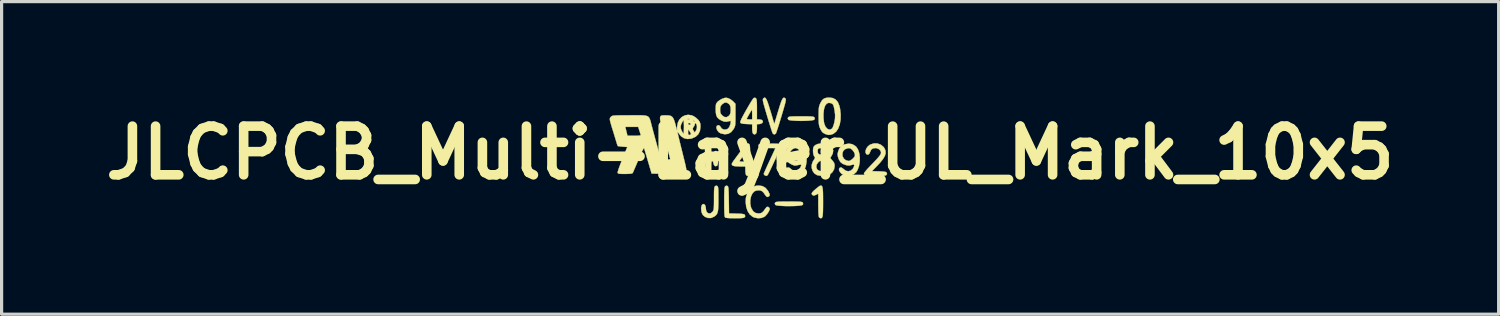
<source format=kicad_pcb>
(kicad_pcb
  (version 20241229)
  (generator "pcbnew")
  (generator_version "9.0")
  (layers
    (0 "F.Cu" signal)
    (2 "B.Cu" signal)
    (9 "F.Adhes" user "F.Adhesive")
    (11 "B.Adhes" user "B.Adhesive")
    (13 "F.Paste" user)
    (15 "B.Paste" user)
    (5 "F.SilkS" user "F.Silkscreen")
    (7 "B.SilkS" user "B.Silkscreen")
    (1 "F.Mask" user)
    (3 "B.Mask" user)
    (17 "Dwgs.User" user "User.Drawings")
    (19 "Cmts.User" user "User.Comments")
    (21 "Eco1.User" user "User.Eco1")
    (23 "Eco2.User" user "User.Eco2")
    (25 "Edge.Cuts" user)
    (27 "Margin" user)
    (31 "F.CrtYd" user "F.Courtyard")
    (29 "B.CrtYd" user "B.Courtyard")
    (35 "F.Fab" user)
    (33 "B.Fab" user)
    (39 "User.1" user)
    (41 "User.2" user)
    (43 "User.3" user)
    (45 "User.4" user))
  (footprint "JLCPCB_Multi-Layer_UL_Mark_10x5"
    (layer "F.Cu")
    (at 20.436 1.734)
    (property "Reference" "JLCPCB_Multi-Layer_UL_Mark_10x5" (at 0 0 0) (layer "F.SilkS") (effects (font (size 1.524 1.524) (thickness 0.3))))
    (attr through_hole)
    (fp_poly (pts (xy 1.741 -1.142) (xy 1.844 -1.14) (xy 1.917 -1.137) (xy 1.965 -1.131) (xy 1.994 -1.123) (xy 2.01 -1.112) (xy 2.013 -1.106) (xy 2.023 -1.064) (xy 2.008 -1.037) (xy 1.975 -1.023) (xy 1.909 -1.013) (xy 1.817 -1.005) (xy 1.708 -1.001) (xy 1.592 -0.999) (xy 1.476 -1.001) (xy 1.37 -1.006) (xy 1.281 -1.014) (xy 1.219 -1.025) (xy 1.194 -1.037) (xy 1.177 -1.078) (xy 1.188 -1.106) (xy 1.201 -1.119) (xy 1.224 -1.128) (xy 1.264 -1.135) (xy 1.327 -1.139) (xy 1.418 -1.141) (xy 1.544 -1.142) (xy 1.601 -1.142) (xy 1.741 -1.142)) (stroke (width 0.01) (type solid)) (fill yes) (layer "F.SilkS"))
    (fp_poly (pts (xy 1.361 1.527) (xy 1.468 1.528) (xy 1.545 1.531) (xy 1.596 1.536) (xy 1.627 1.544) (xy 1.645 1.554) (xy 1.651 1.562) (xy 1.66 1.604) (xy 1.645 1.631) (xy 1.613 1.645) (xy 1.546 1.655) (xy 1.454 1.663) (xy 1.344 1.667) (xy 1.226 1.669) (xy 1.106 1.668) (xy 0.995 1.663) (xy 0.899 1.656) (xy 0.828 1.646) (xy 0.791 1.633) (xy 0.788 1.631) (xy 0.772 1.59) (xy 0.783 1.562) (xy 0.795 1.549) (xy 0.818 1.54) (xy 0.857 1.534) (xy 0.918 1.529) (xy 1.007 1.527) (xy 1.129 1.526) (xy 1.217 1.526) (xy 1.361 1.527)) (stroke (width 0.01) (type solid)) (fill yes) (layer "F.SilkS"))
    (fp_poly (pts (xy 2.241 1.033) (xy 2.261 1.068) (xy 2.274 1.135) (xy 2.281 1.235) (xy 2.283 1.372) (xy 2.284 1.537) (xy 2.283 1.699) (xy 2.281 1.823) (xy 2.277 1.914) (xy 2.27 1.977) (xy 2.259 2.017) (xy 2.243 2.039) (xy 2.223 2.048) (xy 2.209 2.049) (xy 2.175 2.035) (xy 2.16 2.023) (xy 2.149 1.995) (xy 2.142 1.933) (xy 2.137 1.835) (xy 2.135 1.697) (xy 2.134 1.64) (xy 2.134 1.281) (xy 2.061 1.316) (xy 2.007 1.338) (xy 1.973 1.336) (xy 1.954 1.324) (xy 1.93 1.297) (xy 1.927 1.269) (xy 1.949 1.233) (xy 1.999 1.182) (xy 2.051 1.137) (xy 2.119 1.08) (xy 2.172 1.041) (xy 2.212 1.025) (xy 2.241 1.033)) (stroke (width 0.01) (type solid)) (fill yes) (layer "F.SilkS"))
    (fp_poly (pts (xy -0.708 1.039) (xy -0.695 1.051) (xy -0.686 1.075) (xy -0.679 1.115) (xy -0.674 1.178) (xy -0.671 1.269) (xy -0.668 1.394) (xy -0.667 1.48) (xy -0.661 1.898) (xy -0.423 1.904) (xy -0.315 1.908) (xy -0.242 1.914) (xy -0.197 1.923) (xy -0.172 1.936) (xy -0.164 1.946) (xy -0.154 1.988) (xy -0.169 2.015) (xy -0.188 2.03) (xy -0.222 2.039) (xy -0.278 2.045) (xy -0.363 2.048) (xy -0.479 2.049) (xy -0.617 2.047) (xy -0.714 2.041) (xy -0.77 2.031) (xy -0.785 2.023) (xy -0.795 1.999) (xy -0.802 1.945) (xy -0.807 1.858) (xy -0.81 1.736) (xy -0.811 1.574) (xy -0.811 1.535) (xy -0.811 1.38) (xy -0.809 1.262) (xy -0.807 1.176) (xy -0.802 1.116) (xy -0.795 1.078) (xy -0.786 1.055) (xy -0.777 1.044) (xy -0.736 1.028) (xy -0.708 1.039)) (stroke (width 0.01) (type solid)) (fill yes) (layer "F.SilkS"))
    (fp_poly (pts (xy -1.028 1.039) (xy -1.015 1.052) (xy -1.006 1.075) (xy -0.999 1.116) (xy -0.995 1.179) (xy -0.993 1.272) (xy -0.993 1.399) (xy -0.993 1.443) (xy -0.993 1.598) (xy -0.997 1.716) (xy -1.005 1.805) (xy -1.02 1.87) (xy -1.041 1.919) (xy -1.072 1.956) (xy -1.114 1.99) (xy -1.129 2) (xy -1.222 2.041) (xy -1.32 2.04) (xy -1.413 2.005) (xy -1.482 1.946) (xy -1.523 1.857) (xy -1.534 1.743) (xy -1.533 1.714) (xy -1.515 1.643) (xy -1.484 1.608) (xy -1.447 1.605) (xy -1.413 1.634) (xy -1.391 1.693) (xy -1.387 1.741) (xy -1.374 1.823) (xy -1.338 1.877) (xy -1.288 1.901) (xy -1.23 1.891) (xy -1.175 1.843) (xy -1.159 1.82) (xy -1.147 1.791) (xy -1.139 1.752) (xy -1.135 1.694) (xy -1.132 1.611) (xy -1.131 1.495) (xy -1.131 1.43) (xy -1.131 1.295) (xy -1.129 1.196) (xy -1.124 1.127) (xy -1.118 1.083) (xy -1.108 1.057) (xy -1.097 1.044) (xy -1.057 1.028) (xy -1.028 1.039)) (stroke (width 0.01) (type solid)) (fill yes) (layer "F.SilkS"))
    (fp_poly (pts (xy 0.491 -1.704) (xy 0.519 -1.656) (xy 0.55 -1.579) (xy 0.587 -1.467) (xy 0.633 -1.318) (xy 0.64 -1.297) (xy 0.757 -0.901) (xy 0.876 -1.297) (xy 0.923 -1.451) (xy 0.961 -1.567) (xy 0.993 -1.648) (xy 1.021 -1.7) (xy 1.046 -1.724) (xy 1.071 -1.725) (xy 1.098 -1.707) (xy 1.101 -1.704) (xy 1.111 -1.691) (xy 1.116 -1.672) (xy 1.116 -1.642) (xy 1.108 -1.596) (xy 1.092 -1.53) (xy 1.066 -1.438) (xy 1.031 -1.316) (xy 0.984 -1.157) (xy 0.982 -1.149) (xy 0.938 -1.006) (xy 0.898 -0.876) (xy 0.863 -0.765) (xy 0.834 -0.679) (xy 0.814 -0.622) (xy 0.806 -0.603) (xy 0.771 -0.579) (xy 0.758 -0.576) (xy 0.722 -0.591) (xy 0.71 -0.603) (xy 0.698 -0.63) (xy 0.676 -0.692) (xy 0.646 -0.784) (xy 0.61 -0.899) (xy 0.569 -1.032) (xy 0.534 -1.149) (xy 0.487 -1.309) (xy 0.451 -1.433) (xy 0.425 -1.526) (xy 0.408 -1.594) (xy 0.4 -1.64) (xy 0.399 -1.67) (xy 0.404 -1.69) (xy 0.414 -1.703) (xy 0.414 -1.704) (xy 0.441 -1.724) (xy 0.466 -1.726) (xy 0.491 -1.704)) (stroke (width 0.01) (type solid)) (fill yes) (layer "F.SilkS"))
    (fp_poly (pts (xy 0.748 -0.287) (xy 0.841 -0.285) (xy 0.903 -0.28) (xy 0.941 -0.272) (xy 0.961 -0.261) (xy 0.965 -0.256) (xy 0.966 -0.232) (xy 0.953 -0.184) (xy 0.925 -0.108) (xy 0.88 -0.002) (xy 0.818 0.137) (xy 0.778 0.224) (xy 0.718 0.353) (xy 0.663 0.47) (xy 0.616 0.569) (xy 0.579 0.644) (xy 0.556 0.689) (xy 0.55 0.699) (xy 0.508 0.724) (xy 0.462 0.709) (xy 0.453 0.7) (xy 0.43 0.669) (xy 0.427 0.658) (xy 0.436 0.635) (xy 0.46 0.579) (xy 0.496 0.496) (xy 0.543 0.393) (xy 0.597 0.276) (xy 0.608 0.252) (xy 0.663 0.134) (xy 0.712 0.029) (xy 0.751 -0.055) (xy 0.777 -0.114) (xy 0.789 -0.142) (xy 0.79 -0.143) (xy 0.77 -0.146) (xy 0.716 -0.148) (xy 0.636 -0.149) (xy 0.547 -0.149) (xy 0.436 -0.151) (xy 0.36 -0.155) (xy 0.312 -0.162) (xy 0.284 -0.175) (xy 0.276 -0.183) (xy 0.259 -0.224) (xy 0.27 -0.253) (xy 0.284 -0.266) (xy 0.31 -0.276) (xy 0.354 -0.283) (xy 0.423 -0.286) (xy 0.523 -0.288) (xy 0.619 -0.288) (xy 0.748 -0.287)) (stroke (width 0.01) (type solid)) (fill yes) (layer "F.SilkS"))
    (fp_poly (pts (xy 0.384 1.042) (xy 0.479 1.095) (xy 0.556 1.186) (xy 0.575 1.22) (xy 0.605 1.282) (xy 0.614 1.32) (xy 0.605 1.347) (xy 0.599 1.353) (xy 0.557 1.384) (xy 0.514 1.373) (xy 0.477 1.329) (xy 0.422 1.249) (xy 0.373 1.201) (xy 0.32 1.179) (xy 0.268 1.174) (xy 0.198 1.182) (xy 0.139 1.204) (xy 0.131 1.209) (xy 0.07 1.275) (xy 0.028 1.369) (xy 0.005 1.48) (xy 0.004 1.596) (xy 0.027 1.706) (xy 0.041 1.742) (xy 0.096 1.831) (xy 0.166 1.882) (xy 0.258 1.9) (xy 0.268 1.9) (xy 0.331 1.892) (xy 0.382 1.865) (xy 0.432 1.812) (xy 0.477 1.745) (xy 0.52 1.697) (xy 0.562 1.691) (xy 0.599 1.72) (xy 0.613 1.747) (xy 0.609 1.781) (xy 0.585 1.835) (xy 0.575 1.853) (xy 0.529 1.922) (xy 0.474 1.982) (xy 0.45 2.001) (xy 0.356 2.04) (xy 0.246 2.049) (xy 0.134 2.027) (xy 0.075 2.001) (xy -0.012 1.929) (xy -0.079 1.824) (xy -0.122 1.695) (xy -0.139 1.547) (xy -0.139 1.537) (xy -0.136 1.441) (xy -0.123 1.368) (xy -0.098 1.297) (xy -0.075 1.249) (xy -0.004 1.139) (xy 0.081 1.068) (xy 0.187 1.032) (xy 0.269 1.025) (xy 0.384 1.042)) (stroke (width 0.01) (type solid)) (fill yes) (layer "F.SilkS"))
    (fp_poly (pts (xy -0.054 -0.289) (xy -0.032 -0.277) (xy -0.018 -0.256) (xy -0.008 -0.216) (xy -0.003 -0.151) (xy -0.00028 -0.053) (xy 0 0.012) (xy 0 0.275) (xy 0.078 0.282) (xy 0.147 0.3) (xy 0.182 0.334) (xy 0.185 0.374) (xy 0.155 0.408) (xy 0.093 0.426) (xy 0.072 0.427) (xy 0 0.427) (xy 0 0.551) (xy -0.008 0.647) (xy -0.032 0.705) (xy -0.072 0.726) (xy -0.075 0.726) (xy -0.109 0.712) (xy -0.124 0.7) (xy -0.138 0.666) (xy -0.147 0.604) (xy -0.149 0.551) (xy -0.149 0.427) (xy -0.339 0.427) (xy -0.452 0.423) (xy -0.527 0.409) (xy -0.567 0.386) (xy -0.574 0.35) (xy -0.569 0.333) (xy -0.551 0.3) (xy -0.517 0.251) (xy -0.328 0.251) (xy -0.327 0.268) (xy -0.293 0.276) (xy -0.247 0.277) (xy -0.149 0.277) (xy -0.149 0.149) (xy -0.151 0.082) (xy -0.154 0.035) (xy -0.158 0.021) (xy -0.173 0.037) (xy -0.205 0.077) (xy -0.245 0.131) (xy -0.286 0.188) (xy -0.319 0.236) (xy -0.328 0.251) (xy -0.517 0.251) (xy -0.511 0.242) (xy -0.457 0.167) (xy -0.393 0.08) (xy -0.325 -0.011) (xy -0.256 -0.1) (xy -0.194 -0.179) (xy -0.143 -0.242) (xy -0.107 -0.281) (xy -0.095 -0.291) (xy -0.054 -0.289)) (stroke (width 0.01) (type solid)) (fill yes) (layer "F.SilkS"))
    (fp_poly (pts (xy 3.985 -0.293) (xy 4.088 -0.256) (xy 4.174 -0.187) (xy 4.205 -0.144) (xy 4.238 -0.068) (xy 4.244 0.011) (xy 4.219 0.096) (xy 4.163 0.192) (xy 4.074 0.304) (xy 3.985 0.399) (xy 3.815 0.575) (xy 4.034 0.581) (xy 4.138 0.585) (xy 4.207 0.592) (xy 4.249 0.602) (xy 4.272 0.617) (xy 4.276 0.623) (xy 4.286 0.665) (xy 4.27 0.692) (xy 4.252 0.705) (xy 4.221 0.715) (xy 4.168 0.721) (xy 4.088 0.724) (xy 3.974 0.726) (xy 3.929 0.726) (xy 3.785 0.724) (xy 3.682 0.719) (xy 3.617 0.711) (xy 3.59 0.7) (xy 3.567 0.66) (xy 3.565 0.643) (xy 3.579 0.618) (xy 3.618 0.569) (xy 3.677 0.501) (xy 3.752 0.422) (xy 3.796 0.376) (xy 3.901 0.267) (xy 3.979 0.183) (xy 4.034 0.119) (xy 4.07 0.071) (xy 4.09 0.033) (xy 4.098 0.001) (xy 4.098 -0.012) (xy 4.079 -0.069) (xy 4.029 -0.117) (xy 3.961 -0.145) (xy 3.925 -0.149) (xy 3.841 -0.135) (xy 3.786 -0.092) (xy 3.76 -0.034) (xy 3.732 0.028) (xy 3.693 0.058) (xy 3.649 0.05) (xy 3.641 0.044) (xy 3.613 -0.004) (xy 3.615 -0.068) (xy 3.641 -0.138) (xy 3.689 -0.203) (xy 3.753 -0.254) (xy 3.761 -0.258) (xy 3.873 -0.294) (xy 3.985 -0.293)) (stroke (width 0.01) (type solid)) (fill yes) (layer "F.SilkS"))
    (fp_poly (pts (xy 2.589 -1.714) (xy 2.678 -1.668) (xy 2.746 -1.588) (xy 2.794 -1.472) (xy 2.816 -1.378) (xy 2.836 -1.202) (xy 2.832 -1.036) (xy 2.806 -0.887) (xy 2.759 -0.761) (xy 2.692 -0.661) (xy 2.608 -0.595) (xy 2.589 -0.587) (xy 2.51 -0.562) (xy 2.439 -0.561) (xy 2.358 -0.587) (xy 2.337 -0.596) (xy 2.28 -0.629) (xy 2.238 -0.676) (xy 2.198 -0.749) (xy 2.176 -0.8) (xy 2.162 -0.848) (xy 2.152 -0.903) (xy 2.147 -0.974) (xy 2.145 -1.072) (xy 2.145 -1.153) (xy 2.296 -1.153) (xy 2.301 -1.06) (xy 2.31 -0.971) (xy 2.323 -0.906) (xy 2.36 -0.818) (xy 2.411 -0.757) (xy 2.468 -0.728) (xy 2.526 -0.733) (xy 2.568 -0.764) (xy 2.59 -0.803) (xy 2.615 -0.87) (xy 2.637 -0.95) (xy 2.637 -0.951) (xy 2.658 -1.071) (xy 2.661 -1.19) (xy 2.645 -1.323) (xy 2.626 -1.42) (xy 2.607 -1.488) (xy 2.583 -1.526) (xy 2.545 -1.55) (xy 2.536 -1.553) (xy 2.459 -1.565) (xy 2.395 -1.537) (xy 2.347 -1.472) (xy 2.314 -1.371) (xy 2.298 -1.236) (xy 2.296 -1.153) (xy 2.145 -1.153) (xy 2.146 -1.271) (xy 2.148 -1.357) (xy 2.155 -1.421) (xy 2.165 -1.471) (xy 2.183 -1.518) (xy 2.202 -1.561) (xy 2.254 -1.647) (xy 2.316 -1.7) (xy 2.399 -1.724) (xy 2.476 -1.729) (xy 2.589 -1.714)) (stroke (width 0.01) (type solid)) (fill yes) (layer "F.SilkS"))
    (fp_poly (pts (xy 0.18 -1.709) (xy 0.193 -1.691) (xy 0.203 -1.66) (xy 0.209 -1.607) (xy 0.212 -1.528) (xy 0.213 -1.415) (xy 0.213 -1.363) (xy 0.213 -1.046) (xy 0.286 -1.046) (xy 0.356 -1.033) (xy 0.394 -1.002) (xy 0.4 -0.963) (xy 0.373 -0.927) (xy 0.312 -0.903) (xy 0.291 -0.901) (xy 0.213 -0.894) (xy 0.213 -0.761) (xy 0.207 -0.662) (xy 0.186 -0.602) (xy 0.15 -0.577) (xy 0.139 -0.576) (xy 0.104 -0.59) (xy 0.09 -0.602) (xy 0.076 -0.637) (xy 0.066 -0.7) (xy 0.064 -0.761) (xy 0.064 -0.895) (xy -0.11 -0.901) (xy -0.205 -0.907) (xy -0.265 -0.917) (xy -0.297 -0.932) (xy -0.305 -0.941) (xy -0.308 -0.962) (xy -0.298 -1) (xy -0.273 -1.058) (xy -0.273 -1.058) (xy -0.107 -1.058) (xy -0.088 -1.051) (xy -0.04 -1.046) (xy -0.021 -1.046) (xy 0.064 -1.046) (xy 0.064 -1.195) (xy 0.063 -1.269) (xy 0.06 -1.322) (xy 0.056 -1.345) (xy 0.055 -1.345) (xy 0.042 -1.328) (xy 0.014 -1.284) (xy -0.02 -1.225) (xy -0.056 -1.162) (xy -0.086 -1.106) (xy -0.104 -1.067) (xy -0.107 -1.058) (xy -0.273 -1.058) (xy -0.231 -1.141) (xy -0.169 -1.254) (xy -0.124 -1.335) (xy -0.059 -1.448) (xy 0.000397 -1.549) (xy 0.051 -1.631) (xy 0.09 -1.689) (xy 0.111 -1.715) (xy 0.112 -1.716) (xy 0.154 -1.724) (xy 0.18 -1.709)) (stroke (width 0.01) (type solid)) (fill yes) (layer "F.SilkS"))
    (fp_poly (pts (xy 3.201 -0.269) (xy 3.299 -0.209) (xy 3.325 -0.185) (xy 3.381 -0.097) (xy 3.418 0.018) (xy 3.434 0.15) (xy 3.431 0.288) (xy 3.407 0.421) (xy 3.363 0.539) (xy 3.323 0.606) (xy 3.244 0.675) (xy 3.144 0.713) (xy 3.029 0.719) (xy 2.924 0.696) (xy 2.866 0.661) (xy 2.817 0.609) (xy 2.786 0.552) (xy 2.782 0.503) (xy 2.783 0.501) (xy 2.814 0.461) (xy 2.858 0.46) (xy 2.912 0.497) (xy 2.925 0.509) (xy 2.997 0.563) (xy 3.076 0.578) (xy 3.152 0.557) (xy 3.215 0.501) (xy 3.244 0.448) (xy 3.261 0.395) (xy 3.252 0.37) (xy 3.211 0.372) (xy 3.169 0.384) (xy 3.102 0.399) (xy 3.035 0.393) (xy 2.996 0.383) (xy 2.894 0.344) (xy 2.824 0.287) (xy 2.776 0.203) (xy 2.763 0.169) (xy 2.743 0.095) (xy 2.739 0.038) (xy 2.744 0.012) (xy 2.891 0.012) (xy 2.893 0.102) (xy 2.931 0.178) (xy 2.996 0.232) (xy 3.082 0.256) (xy 3.092 0.256) (xy 3.139 0.24) (xy 3.197 0.2) (xy 3.216 0.182) (xy 3.261 0.132) (xy 3.28 0.092) (xy 3.279 0.048) (xy 3.277 0.038) (xy 3.252 -0.023) (xy 3.207 -0.083) (xy 3.197 -0.093) (xy 3.146 -0.133) (xy 3.099 -0.146) (xy 3.057 -0.142) (xy 2.969 -0.111) (xy 2.913 -0.052) (xy 2.891 0.012) (xy 2.744 0.012) (xy 2.752 -0.026) (xy 2.754 -0.035) (xy 2.794 -0.137) (xy 2.851 -0.207) (xy 2.934 -0.255) (xy 2.969 -0.267) (xy 3.09 -0.288) (xy 3.201 -0.269)) (stroke (width 0.01) (type solid)) (fill yes) (layer "F.SilkS"))
    (fp_poly (pts (xy 1.458 -0.288) (xy 1.494 -0.279) (xy 1.606 -0.229) (xy 1.69 -0.149) (xy 1.741 -0.04) (xy 1.747 -0.019) (xy 1.769 0.135) (xy 1.767 0.283) (xy 1.743 0.418) (xy 1.698 0.535) (xy 1.634 0.627) (xy 1.553 0.688) (xy 1.52 0.7) (xy 1.437 0.72) (xy 1.369 0.72) (xy 1.293 0.7) (xy 1.281 0.696) (xy 1.223 0.661) (xy 1.173 0.609) (xy 1.142 0.552) (xy 1.138 0.503) (xy 1.139 0.501) (xy 1.17 0.461) (xy 1.215 0.46) (xy 1.269 0.497) (xy 1.281 0.509) (xy 1.352 0.563) (xy 1.429 0.576) (xy 1.504 0.548) (xy 1.508 0.545) (xy 1.541 0.511) (xy 1.572 0.461) (xy 1.594 0.412) (xy 1.599 0.377) (xy 1.596 0.372) (xy 1.571 0.371) (xy 1.52 0.38) (xy 1.492 0.386) (xy 1.432 0.399) (xy 1.384 0.397) (xy 1.329 0.378) (xy 1.291 0.36) (xy 1.212 0.314) (xy 1.161 0.257) (xy 1.142 0.224) (xy 1.104 0.106) (xy 1.105 0.053) (xy 1.249 0.053) (xy 1.254 0.123) (xy 1.274 0.169) (xy 1.309 0.205) (xy 1.379 0.248) (xy 1.447 0.25) (xy 1.518 0.212) (xy 1.551 0.182) (xy 1.597 0.132) (xy 1.615 0.092) (xy 1.614 0.048) (xy 1.612 0.038) (xy 1.583 -0.03) (xy 1.533 -0.091) (xy 1.472 -0.135) (xy 1.42 -0.149) (xy 1.369 -0.136) (xy 1.314 -0.102) (xy 1.309 -0.098) (xy 1.27 -0.056) (xy 1.252 -0.008) (xy 1.249 0.053) (xy 1.105 0.053) (xy 1.105 -0.009) (xy 1.141 -0.113) (xy 1.21 -0.2) (xy 1.291 -0.254) (xy 1.358 -0.283) (xy 1.407 -0.293) (xy 1.458 -0.288)) (stroke (width 0.01) (type solid)) (fill yes) (layer "F.SilkS"))
    (fp_poly (pts (xy 2.328 -0.294) (xy 2.438 -0.274) (xy 2.439 -0.273) (xy 2.523 -0.229) (xy 2.578 -0.159) (xy 2.601 -0.074) (xy 2.589 0.018) (xy 2.554 0.089) (xy 2.504 0.163) (xy 2.575 0.241) (xy 2.622 0.301) (xy 2.643 0.357) (xy 2.647 0.413) (xy 2.628 0.516) (xy 2.577 0.607) (xy 2.501 0.674) (xy 2.486 0.682) (xy 2.41 0.705) (xy 2.312 0.717) (xy 2.208 0.717) (xy 2.118 0.705) (xy 2.092 0.697) (xy 2.012 0.646) (xy 1.957 0.569) (xy 1.928 0.475) (xy 1.928 0.444) (xy 2.071 0.444) (xy 2.096 0.513) (xy 2.113 0.534) (xy 2.17 0.565) (xy 2.25 0.578) (xy 2.336 0.573) (xy 2.413 0.55) (xy 2.441 0.532) (xy 2.489 0.474) (xy 2.496 0.409) (xy 2.461 0.341) (xy 2.422 0.301) (xy 2.336 0.247) (xy 2.253 0.234) (xy 2.173 0.264) (xy 2.133 0.297) (xy 2.084 0.369) (xy 2.071 0.444) (xy 1.928 0.444) (xy 1.929 0.374) (xy 1.961 0.277) (xy 1.983 0.241) (xy 2.019 0.188) (xy 2.031 0.156) (xy 2.023 0.133) (xy 2.012 0.121) (xy 1.988 0.075) (xy 1.973 0.003) (xy 1.97 -0.056) (xy 2.113 -0.056) (xy 2.121 -0.002) (xy 2.145 0.038) (xy 2.15 0.042) (xy 2.2 0.056) (xy 2.271 0.057) (xy 2.346 0.049) (xy 2.405 0.032) (xy 2.422 0.022) (xy 2.45 -0.024) (xy 2.45 -0.078) (xy 2.423 -0.121) (xy 2.413 -0.127) (xy 2.363 -0.141) (xy 2.29 -0.148) (xy 2.214 -0.148) (xy 2.154 -0.139) (xy 2.147 -0.136) (xy 2.121 -0.107) (xy 2.113 -0.056) (xy 1.97 -0.056) (xy 1.969 -0.078) (xy 1.976 -0.151) (xy 1.989 -0.19) (xy 2.039 -0.241) (xy 2.118 -0.276) (xy 2.218 -0.294) (xy 2.328 -0.294)) (stroke (width 0.01) (type solid)) (fill yes) (layer "F.SilkS"))
    (fp_poly (pts (xy -0.683 -1.708) (xy -0.682 -1.707) (xy -0.615 -1.674) (xy -0.547 -1.624) (xy -0.53 -1.607) (xy -0.459 -1.534) (xy -0.459 -1.189) (xy -0.459 -1.06) (xy -0.461 -0.965) (xy -0.464 -0.897) (xy -0.471 -0.849) (xy -0.483 -0.81) (xy -0.499 -0.775) (xy -0.519 -0.742) (xy -0.594 -0.648) (xy -0.685 -0.594) (xy -0.793 -0.58) (xy -0.915 -0.605) (xy -0.918 -0.606) (xy -0.976 -0.64) (xy -1.02 -0.69) (xy -1.048 -0.747) (xy -1.056 -0.8) (xy -1.042 -0.843) (xy -1.004 -0.864) (xy -0.991 -0.864) (xy -0.952 -0.847) (xy -0.926 -0.814) (xy -0.886 -0.757) (xy -0.83 -0.731) (xy -0.775 -0.726) (xy -0.707 -0.746) (xy -0.654 -0.802) (xy -0.619 -0.891) (xy -0.612 -0.925) (xy -0.606 -0.978) (xy -0.613 -0.998) (xy -0.637 -0.996) (xy -0.647 -0.993) (xy -0.738 -0.972) (xy -0.814 -0.977) (xy -0.895 -1.009) (xy -0.977 -1.057) (xy -1.031 -1.112) (xy -1.062 -1.182) (xy -1.076 -1.277) (xy -1.077 -1.345) (xy -0.939 -1.345) (xy -0.935 -1.272) (xy -0.918 -1.222) (xy -0.881 -1.176) (xy -0.877 -1.172) (xy -0.807 -1.122) (xy -0.74 -1.115) (xy -0.675 -1.15) (xy -0.66 -1.165) (xy -0.629 -1.206) (xy -0.614 -1.254) (xy -0.609 -1.326) (xy -0.609 -1.346) (xy -0.613 -1.425) (xy -0.627 -1.478) (xy -0.656 -1.52) (xy -0.661 -1.525) (xy -0.725 -1.57) (xy -0.791 -1.573) (xy -0.86 -1.532) (xy -0.877 -1.517) (xy -0.916 -1.471) (xy -0.934 -1.422) (xy -0.939 -1.352) (xy -0.939 -1.345) (xy -1.077 -1.345) (xy -1.078 -1.356) (xy -1.076 -1.445) (xy -1.071 -1.504) (xy -1.059 -1.544) (xy -1.037 -1.576) (xy -1.017 -1.598) (xy -0.958 -1.645) (xy -0.884 -1.687) (xy -0.86 -1.697) (xy -0.793 -1.719) (xy -0.741 -1.722) (xy -0.683 -1.708)) (stroke (width 0.01) (type solid)) (fill yes) (layer "F.SilkS"))
    (fp_poly (pts (xy -1.077 -0.321) (xy -0.978 -0.318) (xy -0.895 -0.312) (xy -0.837 -0.303) (xy -0.815 -0.295) (xy -0.801 -0.259) (xy -0.793 -0.195) (xy -0.79 -0.117) (xy -0.793 -0.039) (xy -0.801 0.025) (xy -0.815 0.06) (xy -0.857 0.082) (xy -0.901 0.082) (xy -0.929 0.059) (xy -0.929 0.059) (xy -0.943 0.005) (xy -0.954 -0.065) (xy -0.959 -0.112) (xy -0.967 -0.133) (xy -0.993 -0.145) (xy -1.049 -0.149) (xy -1.089 -0.149) (xy -1.217 -0.149) (xy -1.217 -0.021) (xy -1.214 0.054) (xy -1.205 0.094) (xy -1.187 0.107) (xy -1.186 0.107) (xy -1.161 0.087) (xy -1.149 0.04) (xy -1.131 -0.022) (xy -1.096 -0.055) (xy -1.054 -0.055) (xy -1.037 -0.044) (xy -1.02 -0.02) (xy -1.01 0.023) (xy -1.004 0.094) (xy -1.003 0.181) (xy -1.005 0.282) (xy -1.011 0.348) (xy -1.022 0.388) (xy -1.037 0.407) (xy -1.08 0.422) (xy -1.119 0.401) (xy -1.144 0.35) (xy -1.149 0.323) (xy -1.163 0.273) (xy -1.186 0.256) (xy -1.202 0.266) (xy -1.212 0.299) (xy -1.216 0.364) (xy -1.217 0.416) (xy -1.217 0.576) (xy -1.101 0.576) (xy -1.034 0.574) (xy -0.988 0.566) (xy -0.974 0.56) (xy -0.965 0.53) (xy -0.954 0.475) (xy -0.95 0.448) (xy -0.937 0.377) (xy -0.924 0.338) (xy -0.904 0.323) (xy -0.878 0.32) (xy -0.836 0.33) (xy -0.808 0.363) (xy -0.794 0.427) (xy -0.79 0.526) (xy -0.79 0.526) (xy -0.791 0.61) (xy -0.798 0.661) (xy -0.812 0.689) (xy -0.831 0.704) (xy -0.865 0.711) (xy -0.931 0.717) (xy -1.019 0.722) (xy -1.119 0.725) (xy -1.223 0.726) (xy -1.32 0.725) (xy -1.402 0.722) (xy -1.458 0.717) (xy -1.48 0.711) (xy -1.496 0.671) (xy -1.489 0.623) (xy -1.463 0.588) (xy -1.451 0.582) (xy -1.436 0.576) (xy -1.424 0.563) (xy -1.417 0.535) (xy -1.412 0.489) (xy -1.41 0.416) (xy -1.409 0.311) (xy -1.409 0.216) (xy -1.409 0.085) (xy -1.41 -0.01) (xy -1.414 -0.076) (xy -1.42 -0.118) (xy -1.429 -0.144) (xy -1.442 -0.159) (xy -1.451 -0.166) (xy -1.488 -0.209) (xy -1.489 -0.261) (xy -1.469 -0.295) (xy -1.437 -0.305) (xy -1.372 -0.313) (xy -1.284 -0.319) (xy -1.183 -0.321) (xy -1.077 -0.321)) (stroke (width 0.01) (type solid)) (fill yes) (layer "F.SilkS"))
    (fp_poly (pts (xy -1.83 -1.173) (xy -1.773 -1.149) (xy -1.7 -1.101) (xy -1.633 -1.041) (xy -1.616 -1.021) (xy -1.579 -0.967) (xy -1.56 -0.914) (xy -1.554 -0.843) (xy -1.554 -0.817) (xy -1.571 -0.686) (xy -1.622 -0.581) (xy -1.707 -0.502) (xy -1.826 -0.449) (xy -1.84 -0.445) (xy -1.962 -0.432) (xy -2.072 -0.457) (xy -2.165 -0.521) (xy -2.205 -0.569) (xy -2.242 -0.619) (xy -2.268 -0.65) (xy -2.276 -0.656) (xy -2.272 -0.634) (xy -2.259 -0.577) (xy -2.238 -0.488) (xy -2.211 -0.374) (xy -2.178 -0.239) (xy -2.141 -0.088) (xy -2.128 -0.039) (xy -2.085 0.137) (xy -2.051 0.275) (xy -2.025 0.382) (xy -2.008 0.461) (xy -1.998 0.518) (xy -1.994 0.557) (xy -1.996 0.582) (xy -2.002 0.6) (xy -2.013 0.614) (xy -2.016 0.618) (xy -2.03 0.632) (xy -2.048 0.642) (xy -2.075 0.65) (xy -2.116 0.655) (xy -2.177 0.658) (xy -2.263 0.659) (xy -2.379 0.659) (xy -2.532 0.657) (xy -2.57 0.657) (xy -3.084 0.651) (xy -3.194 0.277) (xy -3.23 0.155) (xy -3.263 0.045) (xy -3.29 -0.046) (xy -3.309 -0.11) (xy -3.318 -0.139) (xy -3.328 -0.142) (xy -3.348 -0.113) (xy -3.38 -0.052) (xy -3.424 0.044) (xy -3.481 0.178) (xy -3.496 0.213) (xy -3.547 0.336) (xy -3.594 0.445) (xy -3.633 0.535) (xy -3.661 0.6) (xy -3.677 0.633) (xy -3.678 0.635) (xy -3.705 0.649) (xy -3.768 0.657) (xy -3.869 0.661) (xy -3.916 0.662) (xy -4.018 0.661) (xy -4.086 0.657) (xy -4.126 0.649) (xy -4.145 0.635) (xy -4.149 0.628) (xy -4.145 0.599) (xy -4.127 0.537) (xy -4.097 0.448) (xy -4.057 0.341) (xy -4.009 0.22) (xy -4.004 0.207) (xy -3.846 -0.181) (xy -3.991 -0.192) (xy -4.066 -0.199) (xy -4.121 -0.206) (xy -4.145 -0.213) (xy -4.145 -0.213) (xy -4.155 -0.238) (xy -4.173 -0.292) (xy -4.195 -0.365) (xy -4.198 -0.374) (xy -4.223 -0.457) (xy -4.256 -0.565) (xy -4.292 -0.683) (xy -4.32 -0.772) (xy -4.332 -0.811) (xy -3.907 -0.811) (xy -3.894 -0.752) (xy -3.879 -0.691) (xy -3.862 -0.62) (xy -3.86 -0.614) (xy -3.84 -0.534) (xy -3.628 -0.534) (xy -3.527 -0.535) (xy -3.463 -0.54) (xy -3.431 -0.548) (xy -3.425 -0.56) (xy -3.436 -0.595) (xy -3.454 -0.654) (xy -3.469 -0.699) (xy -3.504 -0.811) (xy -3.907 -0.811) (xy -4.332 -0.811) (xy -4.355 -0.889) (xy -4.379 -0.973) (xy -4.391 -1.03) (xy -4.392 -1.069) (xy -4.383 -1.097) (xy -4.364 -1.121) (xy -4.354 -1.131) (xy -4.339 -1.144) (xy -4.32 -1.154) (xy -4.291 -1.162) (xy -4.247 -1.167) (xy -4.183 -1.171) (xy -4.094 -1.173) (xy -3.975 -1.174) (xy -3.82 -1.174) (xy -3.757 -1.174) (xy -3.584 -1.175) (xy -3.448 -1.175) (xy -3.345 -1.172) (xy -3.268 -1.163) (xy -3.213 -1.146) (xy -3.174 -1.117) (xy -3.147 -1.074) (xy -3.125 -1.015) (xy -3.104 -0.936) (xy -3.079 -0.835) (xy -3.075 -0.822) (xy -3.046 -0.713) (xy -3.009 -0.576) (xy -2.968 -0.425) (xy -2.926 -0.273) (xy -2.899 -0.176) (xy -2.791 0.213) (xy -2.643 0.213) (xy -2.565 0.212) (xy -2.522 0.207) (xy -2.505 0.196) (xy -2.506 0.177) (xy -2.506 0.176) (xy -2.515 0.147) (xy -2.532 0.081) (xy -2.558 -0.014) (xy -2.59 -0.135) (xy -2.628 -0.274) (xy -2.669 -0.427) (xy -2.68 -0.469) (xy -2.73 -0.658) (xy -2.769 -0.81) (xy -2.798 -0.929) (xy -2.815 -1.019) (xy -2.821 -1.083) (xy -2.815 -1.127) (xy -2.797 -1.154) (xy -2.766 -1.168) (xy -2.724 -1.173) (xy -2.668 -1.174) (xy -2.64 -1.174) (xy -2.548 -1.17) (xy -2.481 -1.154) (xy -2.432 -1.119) (xy -2.394 -1.059) (xy -2.361 -0.968) (xy -2.337 -0.882) (xy -2.288 -0.694) (xy -2.286 -0.807) (xy -2.177 -0.807) (xy -2.166 -0.746) (xy -2.137 -0.678) (xy -2.129 -0.664) (xy -2.081 -0.587) (xy -2.078 -0.64) (xy -1.942 -0.64) (xy -1.938 -0.582) (xy -1.921 -0.558) (xy -1.884 -0.563) (xy -1.871 -0.567) (xy -1.853 -0.581) (xy -1.857 -0.607) (xy -1.882 -0.653) (xy -1.911 -0.699) (xy -1.931 -0.724) (xy -1.934 -0.726) (xy -1.939 -0.707) (xy -1.942 -0.659) (xy -1.942 -0.64) (xy -2.078 -0.64) (xy -2.075 -0.699) (xy -2.074 -0.739) (xy -1.796 -0.739) (xy -1.775 -0.698) (xy -1.74 -0.638) (xy -1.702 -0.684) (xy -1.676 -0.738) (xy -1.665 -0.806) (xy -1.665 -0.811) (xy -1.673 -0.873) (xy -1.694 -0.915) (xy -1.697 -0.918) (xy -1.722 -0.932) (xy -1.729 -0.909) (xy -1.729 -0.901) (xy -1.742 -0.854) (xy -1.77 -0.808) (xy -1.796 -0.77) (xy -1.796 -0.739) (xy -2.074 -0.739) (xy -2.072 -0.793) (xy -2.073 -0.893) (xy -2.074 -0.909) (xy -1.942 -0.909) (xy -1.924 -0.881) (xy -1.898 -0.875) (xy -1.865 -0.885) (xy -1.862 -0.902) (xy -1.885 -0.928) (xy -1.918 -0.935) (xy -1.94 -0.92) (xy -1.942 -0.909) (xy -2.074 -0.909) (xy -2.075 -0.923) (xy -2.08 -1.024) (xy -1.792 -1.024) (xy -1.786 -1.013) (xy -1.774 -0.998) (xy -1.743 -0.965) (xy -1.729 -0.965) (xy -1.729 -0.969) (xy -1.743 -0.986) (xy -1.766 -1.006) (xy -1.792 -1.024) (xy -2.08 -1.024) (xy -2.081 -1.035) (xy -2.129 -0.954) (xy -2.16 -0.887) (xy -2.176 -0.822) (xy -2.177 -0.807) (xy -2.286 -0.807) (xy -2.286 -0.813) (xy -2.266 -0.936) (xy -2.216 -1.039) (xy -2.202 -1.054) (xy -1.967 -1.054) (xy -1.938 -1.05) (xy -1.932 -1.05) (xy -1.895 -1.052) (xy -1.892 -1.059) (xy -1.894 -1.06) (xy -1.936 -1.064) (xy -1.958 -1.061) (xy -1.967 -1.054) (xy -2.202 -1.054) (xy -2.14 -1.119) (xy -2.047 -1.17) (xy -1.941 -1.19) (xy -1.83 -1.173)) (stroke (width 0.01) (type solid)) (fill yes) (layer "F.SilkS")))
  (gr_rect
    (start -3 -3)
    (end 43.872 6.788)
    (stroke (width 0.1) (type default))
    (fill no)
    (layer "Edge.Cuts")))
</source>
